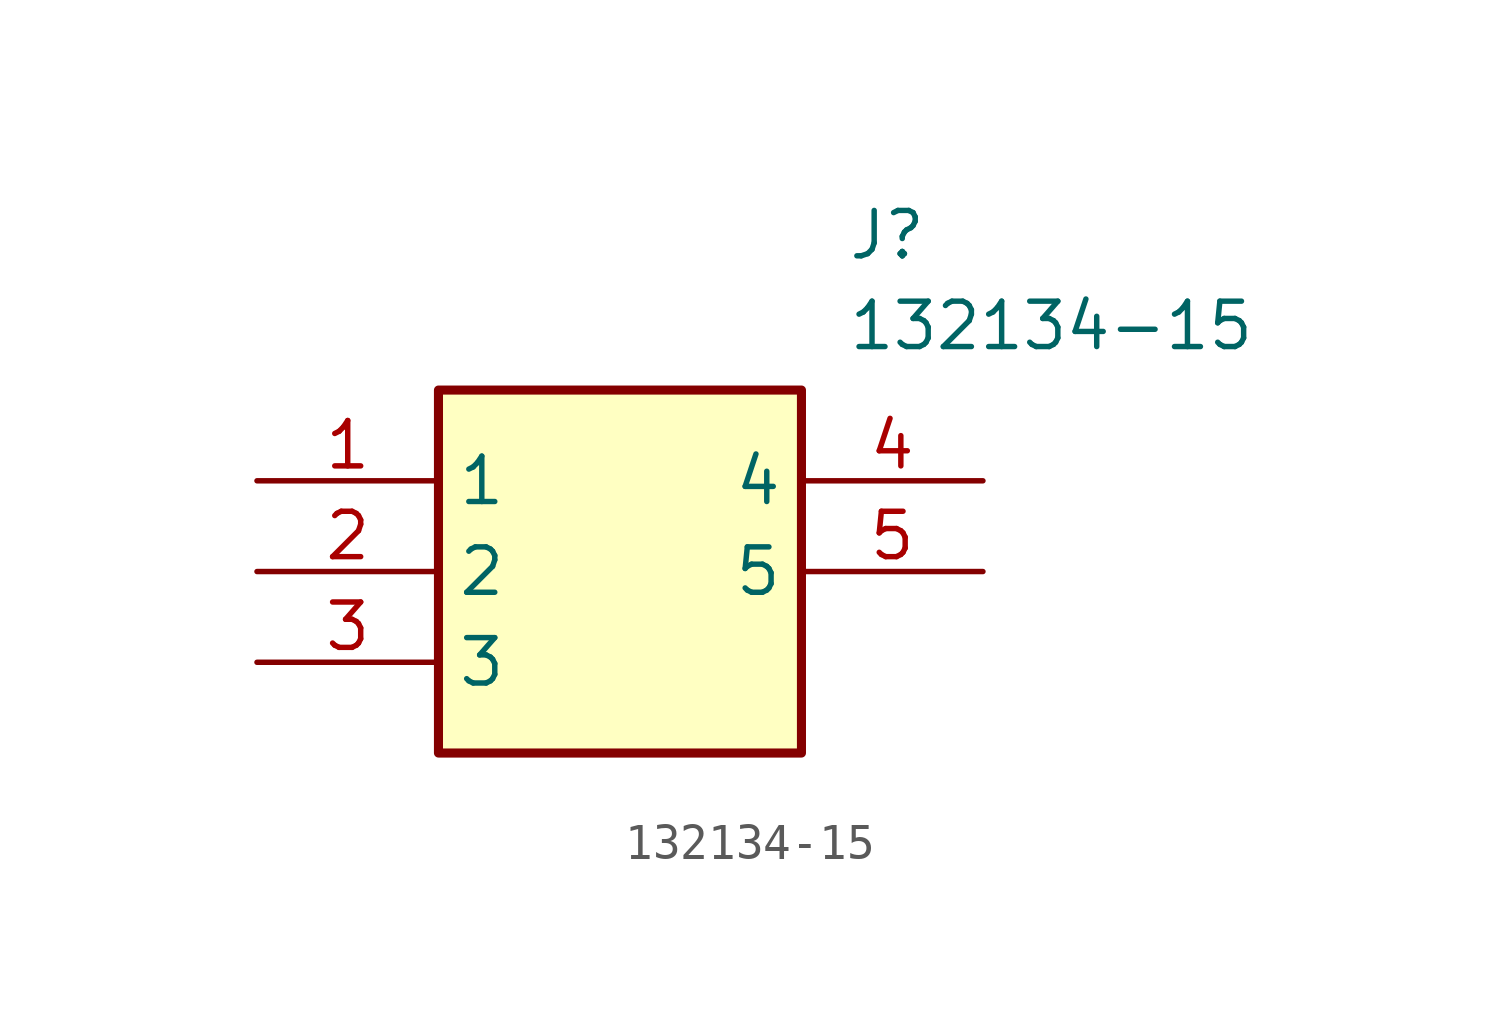
<source format=kicad_sym>
(kicad_symbol_lib
  (version 20211014)
  (generator SamacSys_ECAD_Model)
  (symbol "132134-15"
    (property "Reference" "J"
      (at 16.51 7.62 0)
      (effects (font (size 1.27 1.27)) (justify left top)))
    (property "Value" "132134-15"
      (at 16.51 5.08 0)
      (effects (font (size 1.27 1.27)) (justify left top)))
    (rectangle
      (start 5.08 2.54)
      (end 15.24 -7.62)
      (stroke (width 0.254) (type default))
      (fill (type background)))
    (pin passive line
      (at 0 0 0)
      (length 5.08)
      (name "1" (effects (font (size 1.27 1.27))))
      (number "1" (effects (font (size 1.27 1.27)))))
    (pin passive line
      (at 0 -2.54 0)
      (length 5.08)
      (name "2" (effects (font (size 1.27 1.27))))
      (number "2" (effects (font (size 1.27 1.27)))))
    (pin passive line
      (at 0 -5.08 0)
      (length 5.08)
      (name "3" (effects (font (size 1.27 1.27))))
      (number "3" (effects (font (size 1.27 1.27)))))
    (pin passive line
      (at 20.32 0 180)
      (length 5.08)
      (name "4" (effects (font (size 1.27 1.27))))
      (number "4" (effects (font (size 1.27 1.27)))))
    (pin passive line
      (at 20.32 -2.54 180)
      (length 5.08)
      (name "5" (effects (font (size 1.27 1.27))))
      (number "5" (effects (font (size 1.27 1.27)))))))
</source>
